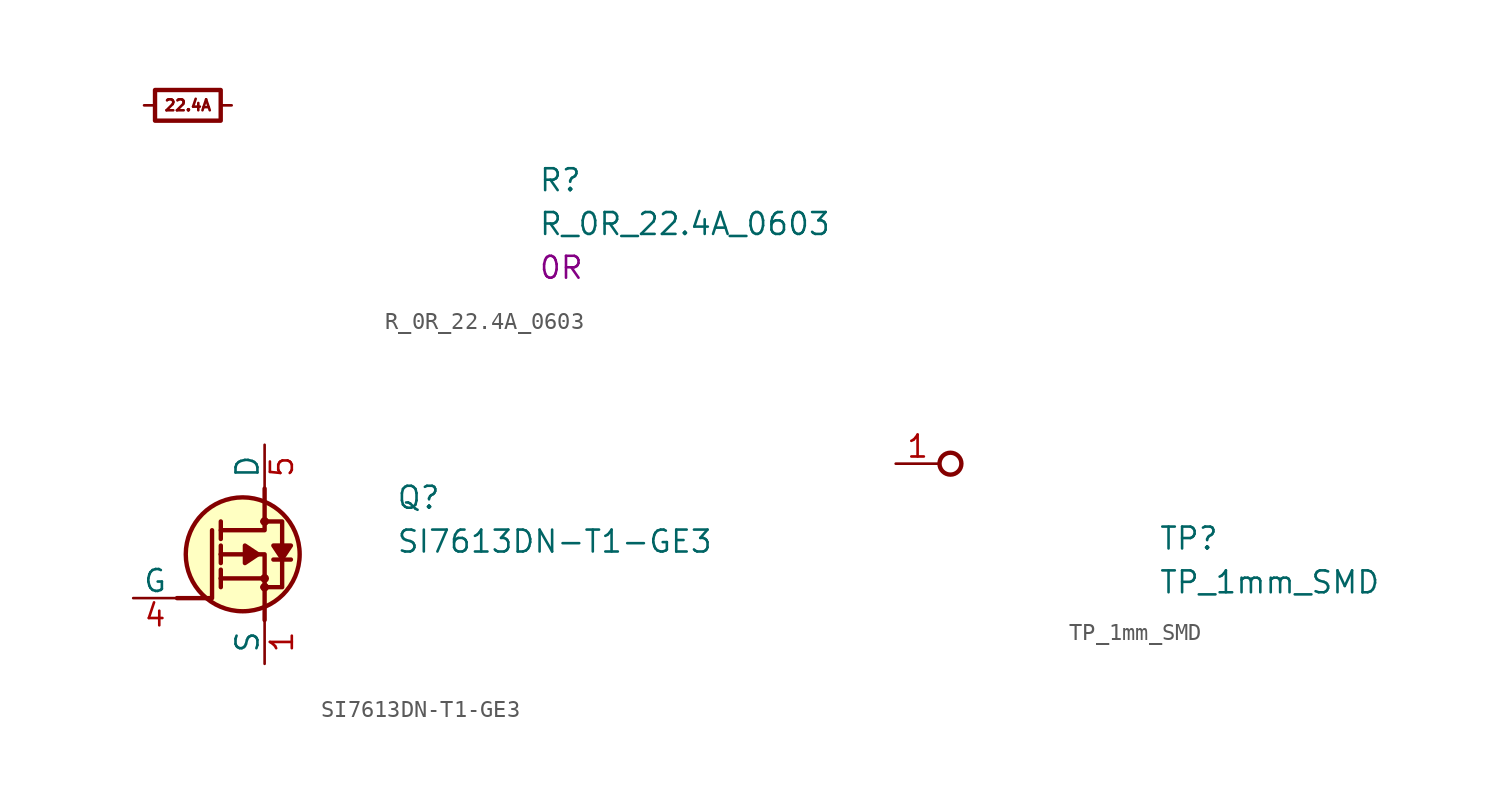
<source format=kicad_sym>
(kicad_symbol_lib
  (version 20211014)
  (generator kicad_symbol_editor)
  (symbol "R_0R_22.4A_0603"
    (pin_numbers hide)
    (pin_names hide)
    (property "Reference" "R"
      (at 22.86 -5.08 0)
      (effects (font (size 1.27 1.27) (thickness 0.15)) (justify left bottom)))
    (property "Value" "R_0R_22.4A_0603"
      (at 22.86 -7.62 0)
      (effects (font (size 1.27 1.27) (thickness 0.15)) (justify left bottom)))
    (property "Val" "0R"
      (at 22.86 -10.16 0)
      (effects (font (size 1.27 1.27) (thickness 0.15)) (justify left bottom)))
    (symbol "R_0R_22.4A_0603_0_1"
      (rectangle (start 0.635 0.889) (end 4.445 -0.889) (stroke (width 0.254) (type default) (color 0 0 0 0)) (fill (type none))))
    (symbol "R_0R_22.4A_0603_1_1"
      (text "22.4A" (at 2.54 0 0) (effects (font (size 0.635 0.635) (thickness 0.15))))
      (pin passive line (at 0 0 0) (length 0.635) (name "~" (effects (font (size 1.27 1.27)))) (number "1" (effects (font (size 1.27 1.27)))))
      (pin passive line (at 5.08 0 180) (length 0.635) (name "~" (effects (font (size 1.27 1.27)))) (number "2" (effects (font (size 1.27 1.27)))))))
  (symbol "SI7613DN-T1-GE3"
    (pin_names
      (offset 0))
    (property "Reference" "Q"
      (at 15.24 5.08 0)
      (effects (font (size 1.27 1.27) (thickness 0.15)) (justify left bottom)))
    (property "Value" "SI7613DN-T1-GE3"
      (at 15.24 2.54 0)
      (effects (font (size 1.27 1.27) (thickness 0.15)) (justify left bottom)))
    (symbol "SI7613DN-T1-GE3_1_1"
      (polyline (pts (xy 5.08 1.143) (xy 5.08 0.635)) (stroke (width 0.254) (type default) (color 0 0 0 0)) (fill (type background)))
      (polyline (pts (xy 5.08 1.143) (xy 5.08 1.651)) (stroke (width 0.254) (type default) (color 0 0 0 0)) (fill (type background)))
      (polyline (pts (xy 5.08 2.54) (xy 5.08 2.032)) (stroke (width 0.254) (type default) (color 0 0 0 0)) (fill (type background)))
      (polyline (pts (xy 5.08 2.54) (xy 5.08 3.048)) (stroke (width 0.254) (type default) (color 0 0 0 0)) (fill (type background)))
      (polyline (pts (xy 5.08 4.445) (xy 5.08 3.429)) (stroke (width 0.254) (type default) (color 0 0 0 0)) (fill (type background)))
      (polyline (pts (xy 7.62 1.143) (xy 5.08 1.143)) (stroke (width 0.254) (type default) (color 0 0 0 0)) (fill (type background)))
      (polyline (pts (xy 9.144 2.235) (xy 8.128 2.235)) (stroke (width 0.254) (type default) (color 0 0 0 0)) (fill (type background)))
      (polyline (pts (xy 2.54 0) (xy 4.572 0) (xy 4.572 3.937)) (stroke (width 0.254) (type default) (color 0 0 0 0)) (fill (type none)))
      (polyline (pts (xy 7.62 -1.27) (xy 7.62 2.54) (xy 5.08 2.54)) (stroke (width 0.254) (type default) (color 0 0 0 0)) (fill (type none)))
      (polyline (pts (xy 7.62 6.35) (xy 7.62 3.937) (xy 5.08 3.937)) (stroke (width 0.254) (type default) (color 0 0 0 0)) (fill (type none)))
      (polyline (pts (xy 7.239 2.54) (xy 6.477 3.048) (xy 6.477 2.032) (xy 7.239 2.54)) (stroke (width 0.254) (type default) (color 0 0 0 0)) (fill (type outline)))
      (polyline (pts (xy 8.636 2.286) (xy 8.128 3.048) (xy 9.144 3.048) (xy 8.636 2.286)) (stroke (width 0.254) (type default) (color 0 0 0 0)) (fill (type outline)))
      (polyline (pts (xy 7.493 0.635) (xy 8.636 0.635) (xy 8.636 3.937) (xy 8.636 4.445) (xy 7.493 4.445)) (stroke (width 0.254) (type default) (color 0 0 0 0)) (fill (type background)))
      (circle (center 6.35 2.54) (radius 3.302) (stroke (width 0.254) (type default) (color 0 0 0 0)) (fill (type background)))
      (circle (center 7.62 0.635) (radius 0.127) (stroke (width 0.254) (type default) (color 0 0 0 0)) (fill (type background)))
      (circle (center 7.62 1.143) (radius 0.127) (stroke (width 0.254) (type default) (color 0 0 0 0)) (fill (type background)))
      (circle (center 7.62 4.445) (radius 0.127) (stroke (width 0.254) (type default) (color 0 0 0 0)) (fill (type background)))
      (pin bidirectional line (at 7.62 -3.81 90) (length 2.54) (name "S" (effects (font (size 1.27 1.27)))) (number "1" (effects (font (size 1.27 1.27)))))
      (pin passive line (at 7.62 -3.81 90) (length 2.54) hide (name "S" (effects (font (size 1.27 1.27)))) (number "2" (effects (font (size 1.27 1.27)))))
      (pin passive line (at 7.62 -3.81 90) (length 2.54) hide (name "S" (effects (font (size 1.27 1.27)))) (number "3" (effects (font (size 1.27 1.27)))))
      (pin bidirectional line (at 0 0 0) (length 2.54) (name "G" (effects (font (size 1.27 1.27)))) (number "4" (effects (font (size 1.27 1.27)))))
      (pin bidirectional line (at 7.62 8.89 270) (length 2.54) (name "D" (effects (font (size 1.27 1.27)))) (number "5" (effects (font (size 1.27 1.27)))))))
  (symbol "TP_1mm_SMD"
    (pin_names hide)
    (property "Reference" "TP"
      (at 15.24 -5.08 0)
      (effects (font (size 1.27 1.27) (thickness 0.15)) (justify left bottom)))
    (property "Value" "TP_1mm_SMD"
      (at 15.24 -7.62 0)
      (effects (font (size 1.27 1.27) (thickness 0.15)) (justify left bottom)))
    (symbol "TP_1mm_SMD_1_1"
      (circle (center 3.175 0) (radius 0.635) (stroke (width 0.254) (type default) (color 0 0 0 0)) (fill (type none)))
      (pin passive line (at 0 0 0) (length 2.54) (name "1" (effects (font (size 1.27 1.27)))) (number "1" (effects (font (size 1.27 1.27))))))))
</source>
